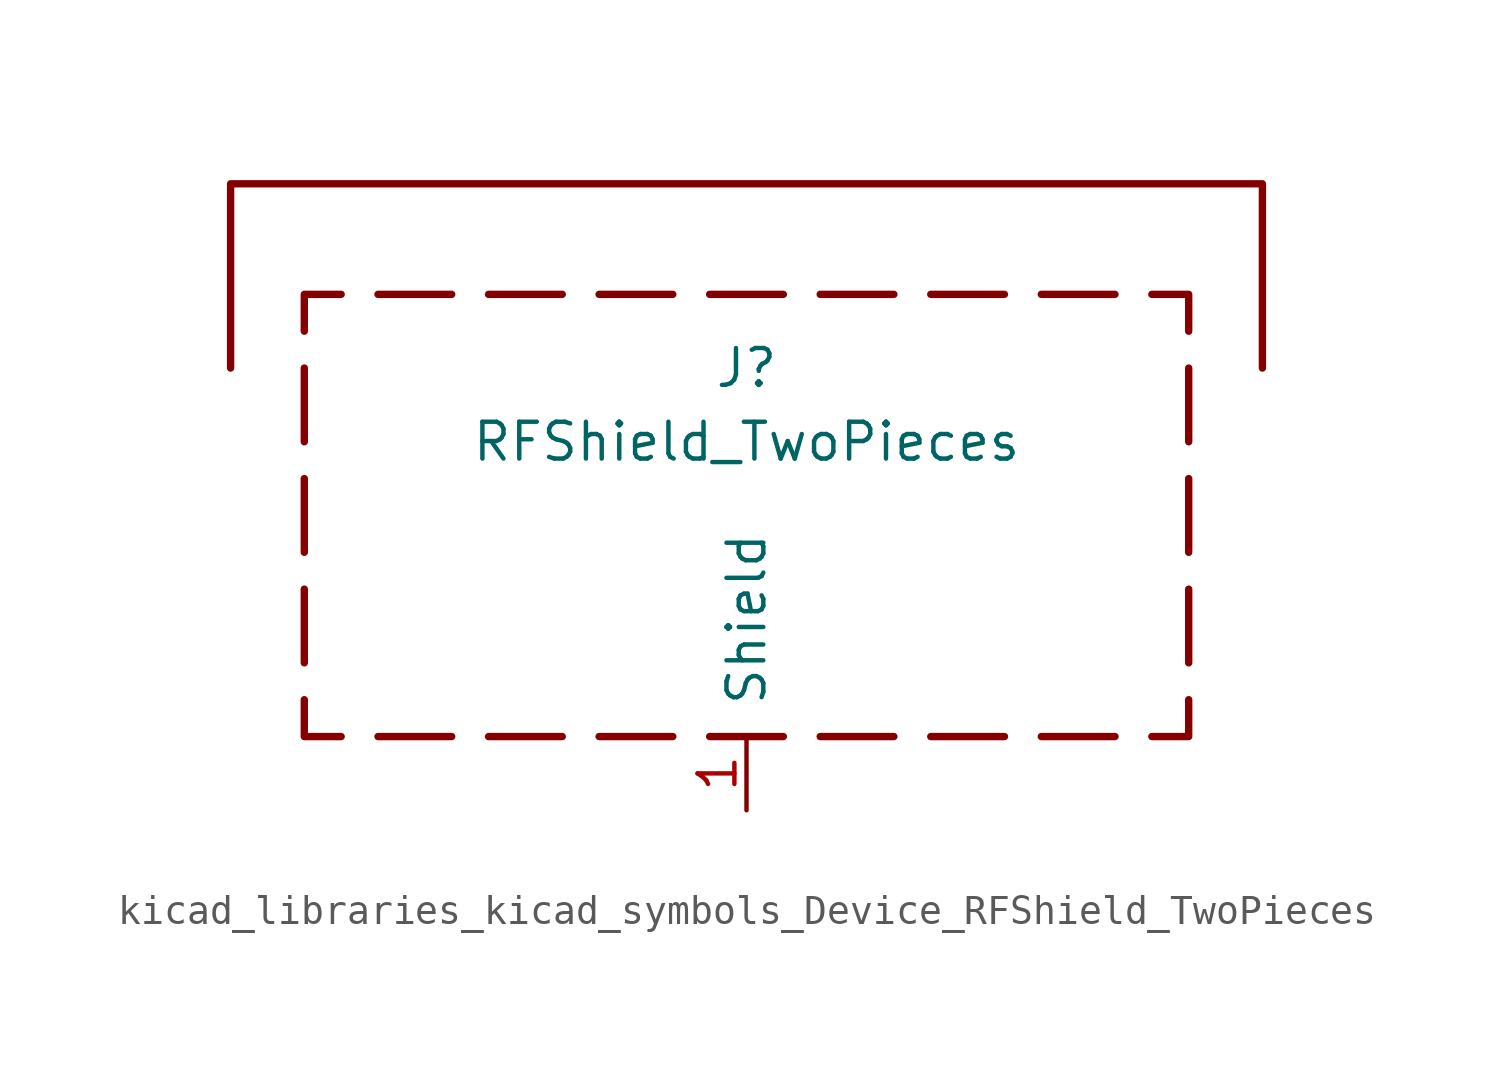
<source format=kicad_sym>
(kicad_symbol_lib
  (version 20220914)
  (generator kicad_symbol_editor)
  (symbol "kicad_libraries_kicad_symbols_Device_RFShield_TwoPieces"
    (pin_names
      (offset 1.016))
    (property "Reference" "J"
      (at 0 5.08 0)
      (effects (font (size 1.27 1.27))))
    (property "Value" "RFShield_TwoPieces"
      (at 0 2.54 0)
      (effects (font (size 1.27 1.27))))
    (symbol "kicad_libraries_kicad_symbols_Device_RFShield_TwoPieces_0_1"
      (polyline (pts (xy -15.24 -5.08) (xy -15.24 -2.54)) (stroke (width 0.254) (type default)) (fill (type none)))
      (polyline (pts (xy -15.24 -1.27) (xy -15.24 1.27)) (stroke (width 0.254) (type default)) (fill (type none)))
      (polyline (pts (xy -15.24 2.54) (xy -15.24 5.08)) (stroke (width 0.254) (type default)) (fill (type none)))
      (polyline (pts (xy -12.7 7.62) (xy -10.16 7.62)) (stroke (width 0.254) (type default)) (fill (type none)))
      (polyline (pts (xy -10.16 -7.62) (xy -12.7 -7.62)) (stroke (width 0.254) (type default)) (fill (type none)))
      (polyline (pts (xy -6.35 -7.62) (xy -8.89 -7.62)) (stroke (width 0.254) (type default)) (fill (type none)))
      (polyline (pts (xy -6.35 7.62) (xy -8.89 7.62)) (stroke (width 0.254) (type default)) (fill (type none)))
      (polyline (pts (xy -2.54 -7.62) (xy -5.08 -7.62)) (stroke (width 0.254) (type default)) (fill (type none)))
      (polyline (pts (xy -2.54 7.62) (xy -5.08 7.62)) (stroke (width 0.254) (type default)) (fill (type none)))
      (polyline (pts (xy -1.27 -7.62) (xy 1.27 -7.62)) (stroke (width 0.254) (type default)) (fill (type none)))
      (polyline (pts (xy 1.27 7.62) (xy -1.27 7.62)) (stroke (width 0.254) (type default)) (fill (type none)))
      (polyline (pts (xy 2.54 -7.62) (xy 5.08 -7.62)) (stroke (width 0.254) (type default)) (fill (type none)))
      (polyline (pts (xy 5.08 7.62) (xy 2.54 7.62)) (stroke (width 0.254) (type default)) (fill (type none)))
      (polyline (pts (xy 6.35 -7.62) (xy 8.89 -7.62)) (stroke (width 0.254) (type default)) (fill (type none)))
      (polyline (pts (xy 8.89 7.62) (xy 6.35 7.62)) (stroke (width 0.254) (type default)) (fill (type none)))
      (polyline (pts (xy 10.16 -7.62) (xy 12.7 -7.62)) (stroke (width 0.254) (type default)) (fill (type none)))
      (polyline (pts (xy 12.7 7.62) (xy 10.16 7.62)) (stroke (width 0.254) (type default)) (fill (type none)))
      (polyline (pts (xy 15.24 -5.08) (xy 15.24 -2.54)) (stroke (width 0.254) (type default)) (fill (type none)))
      (polyline (pts (xy 15.24 -1.27) (xy 15.24 1.27)) (stroke (width 0.254) (type default)) (fill (type none)))
      (polyline (pts (xy 15.24 2.54) (xy 15.24 5.08)) (stroke (width 0.254) (type default)) (fill (type none)))
      (polyline (pts (xy -15.24 6.35) (xy -15.24 7.62) (xy -13.97 7.62)) (stroke (width 0.254) (type default)) (fill (type none)))
      (polyline (pts (xy -13.97 -7.62) (xy -15.24 -7.62) (xy -15.24 -6.35)) (stroke (width 0.254) (type default)) (fill (type none)))
      (polyline (pts (xy 13.97 -7.62) (xy 15.24 -7.62) (xy 15.24 -6.35)) (stroke (width 0.254) (type default)) (fill (type none)))
      (polyline (pts (xy 15.24 6.35) (xy 15.24 7.62) (xy 13.97 7.62)) (stroke (width 0.254) (type default)) (fill (type none)))
      (polyline (pts (xy -17.78 5.08) (xy -17.78 11.43) (xy 17.78 11.43) (xy 17.78 5.08)) (stroke (width 0.254) (type default)) (fill (type none))))
    (symbol "kicad_libraries_kicad_symbols_Device_RFShield_TwoPieces_1_1"
      (pin passive line (at 0 -10.16 90) (length 2.54) (name "Shield" (effects (font (size 1.27 1.27)))) (number "1" (effects (font (size 1.27 1.27))))))))
</source>
